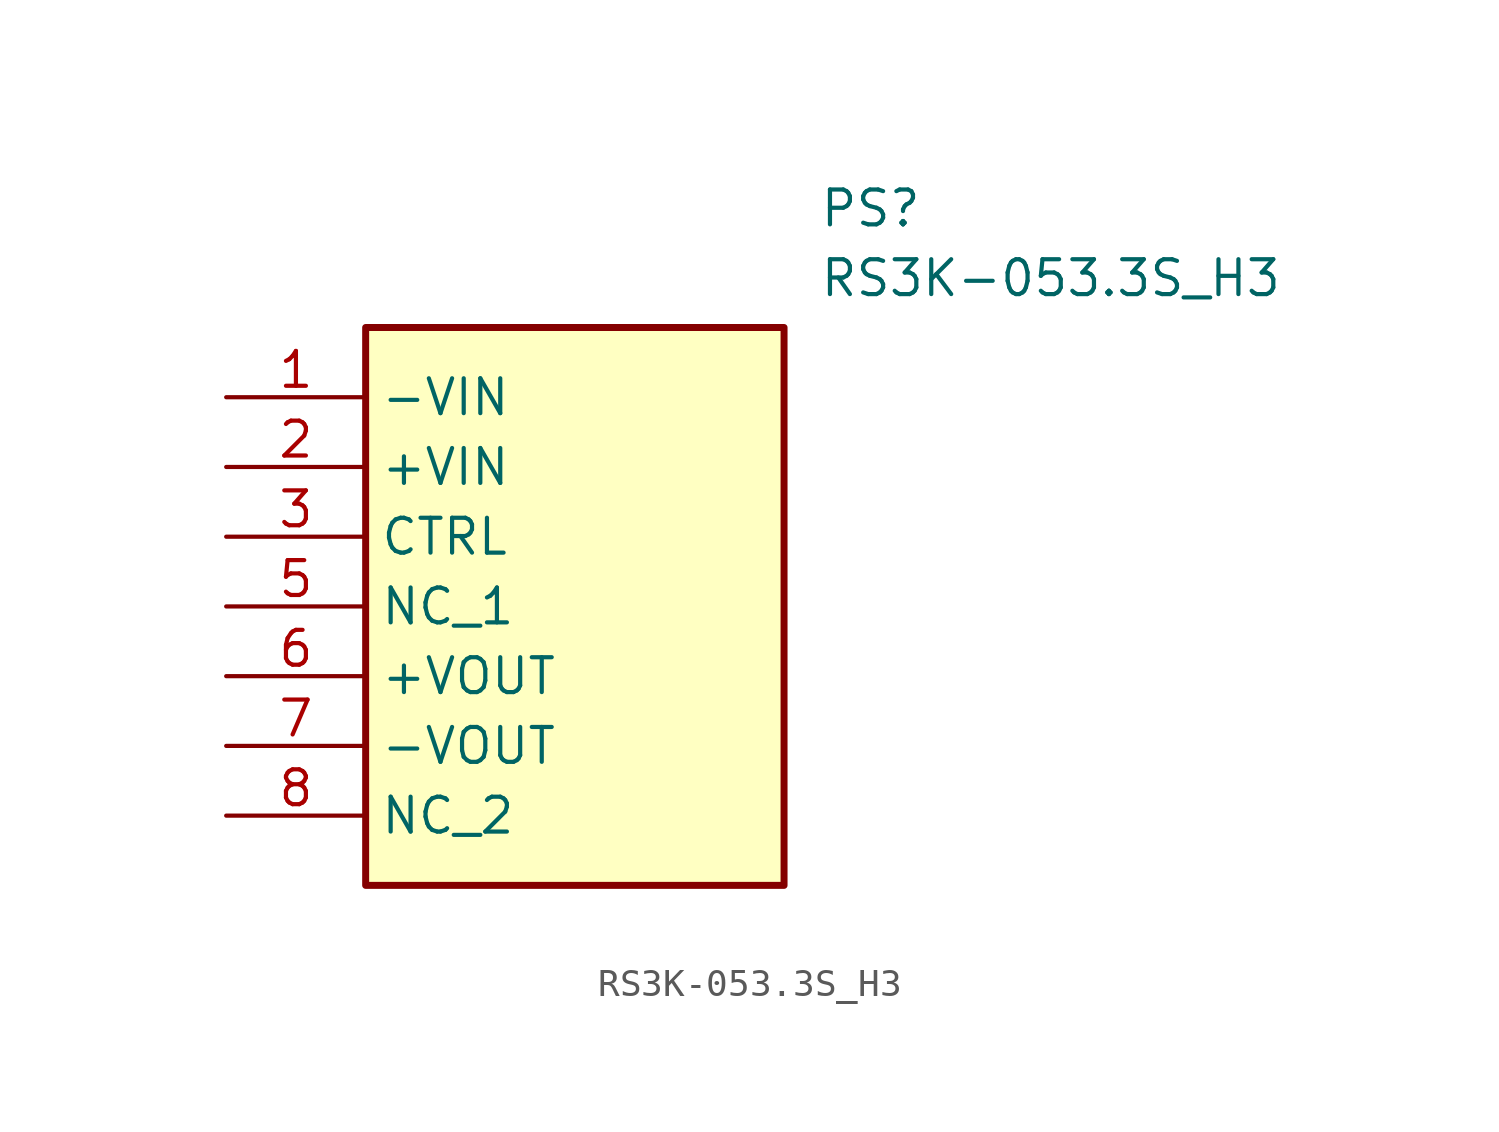
<source format=kicad_sym>
(kicad_symbol_lib
  (version 20211014)
  (generator SamacSys_ECAD_Model)
  (symbol "RS3K-053.3S_H3"
    (property "Reference" "PS"
      (at 21.59 7.62 0)
      (effects (font (size 1.27 1.27)) (justify left top)))
    (property "Value" "RS3K-053.3S_H3"
      (at 21.59 5.08 0)
      (effects (font (size 1.27 1.27)) (justify left top)))
    (rectangle
      (start 5.08 2.54)
      (end 20.32 -17.78)
      (stroke (width 0.254) (type default))
      (fill (type background)))
    (pin passive line
      (at 0 0 0)
      (length 5.08)
      (name "-VIN" (effects (font (size 1.27 1.27))))
      (number "1" (effects (font (size 1.27 1.27)))))
    (pin passive line
      (at 0 -2.54 0)
      (length 5.08)
      (name "+VIN" (effects (font (size 1.27 1.27))))
      (number "2" (effects (font (size 1.27 1.27)))))
    (pin passive line
      (at 0 -5.08 0)
      (length 5.08)
      (name "CTRL" (effects (font (size 1.27 1.27))))
      (number "3" (effects (font (size 1.27 1.27)))))
    (pin passive line
      (at 0 -7.62 0)
      (length 5.08)
      (name "NC_1" (effects (font (size 1.27 1.27))))
      (number "5" (effects (font (size 1.27 1.27)))))
    (pin passive line
      (at 0 -10.16 0)
      (length 5.08)
      (name "+VOUT" (effects (font (size 1.27 1.27))))
      (number "6" (effects (font (size 1.27 1.27)))))
    (pin passive line
      (at 0 -12.7 0)
      (length 5.08)
      (name "-VOUT" (effects (font (size 1.27 1.27))))
      (number "7" (effects (font (size 1.27 1.27)))))
    (pin passive line
      (at 0 -15.24 0)
      (length 5.08)
      (name "NC_2" (effects (font (size 1.27 1.27))))
      (number "8" (effects (font (size 1.27 1.27)))))))
</source>
